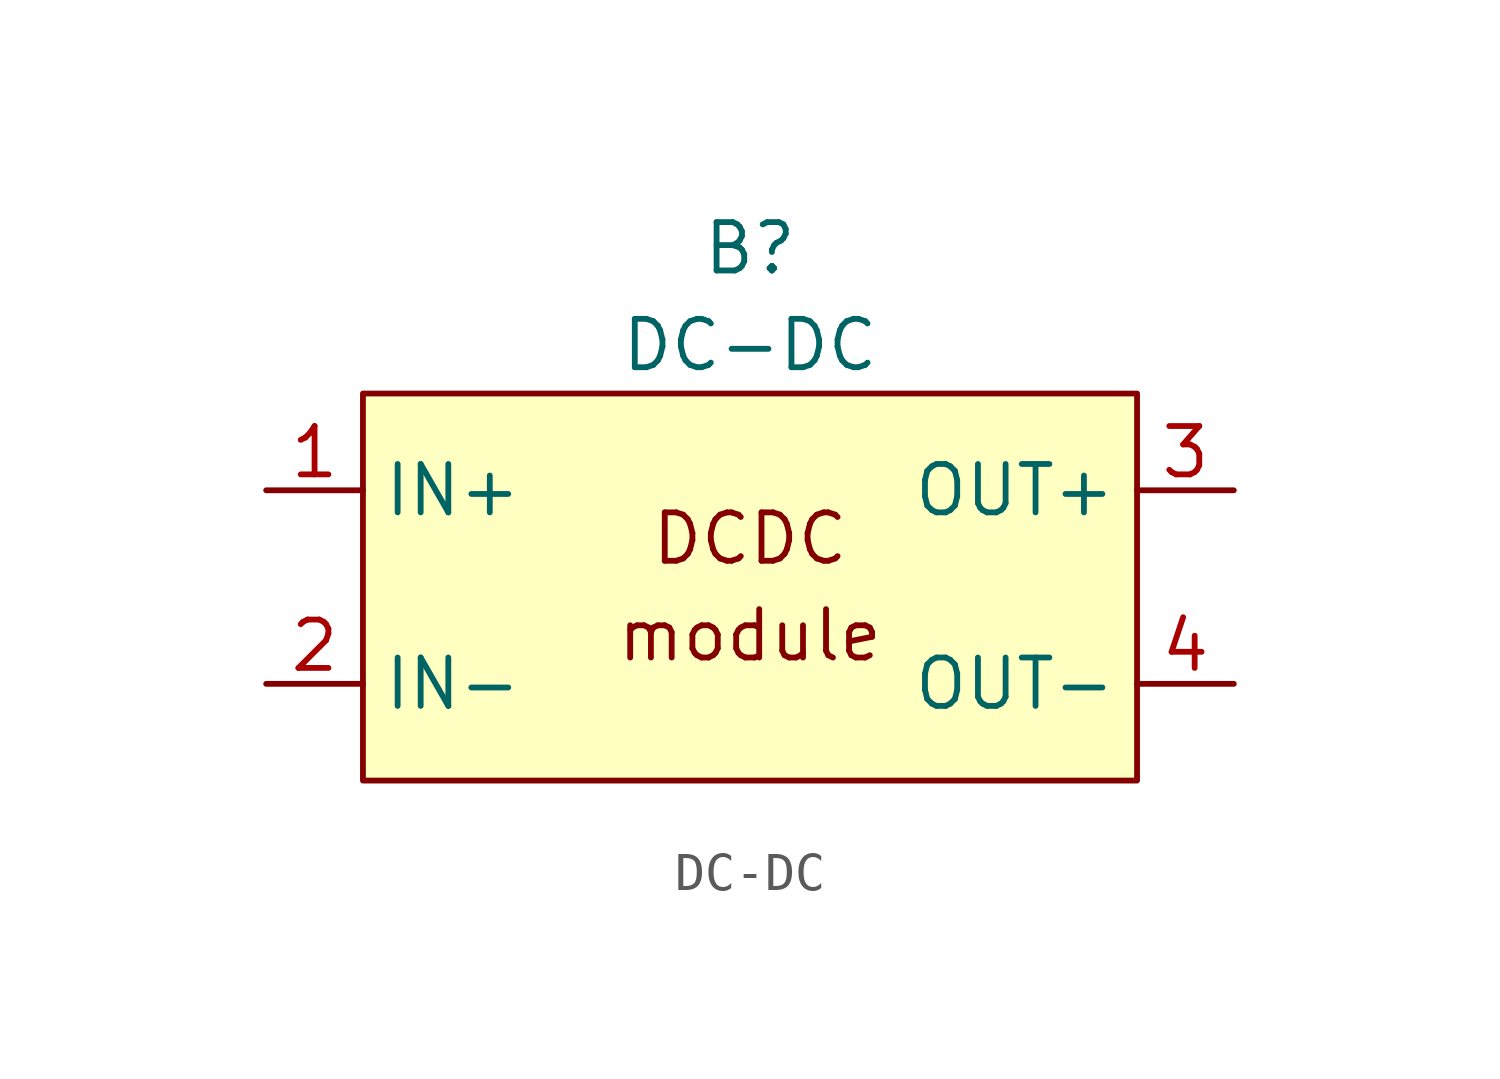
<source format=kicad_sym>
(kicad_symbol_lib
  (version 20211014)
  (generator kicad_symbol_editor)
  (symbol "DC-DC"
    (property "Reference" "B"
      (at 0 8.89 0)
      (effects (font (size 1.27 1.27))))
    (property "Value" "DC-DC"
      (at 0 6.35 0)
      (effects (font (size 1.27 1.27))))
    (symbol "DC-DC_0_0"
      (rectangle (start -10.16 5.08) (end 10.16 -5.08) (stroke (width 0.152) (type default) (color 0 0 0 0)) (fill (type background)))
      (text "DCDC" (at 0 1.27 0) (effects (font (size 1.27 1.27))))
      (text "module" (at 0 -1.27 0) (effects (font (size 1.27 1.27)))))
    (symbol "DC-DC_1_1"
      (pin power_in line (at -12.7 2.54 0) (length 2.54) (name "IN+" (effects (font (size 1.27 1.27)))) (number "1" (effects (font (size 1.27 1.27)))))
      (pin power_in line (at -12.7 -2.54 0) (length 2.54) (name "IN-" (effects (font (size 1.27 1.27)))) (number "2" (effects (font (size 1.27 1.27)))))
      (pin power_out line (at 12.7 2.54 180) (length 2.54) (name "OUT+" (effects (font (size 1.27 1.27)))) (number "3" (effects (font (size 1.27 1.27)))))
      (pin power_out line (at 12.7 -2.54 180) (length 2.54) (name "OUT-" (effects (font (size 1.27 1.27)))) (number "4" (effects (font (size 1.27 1.27))))))))
</source>
